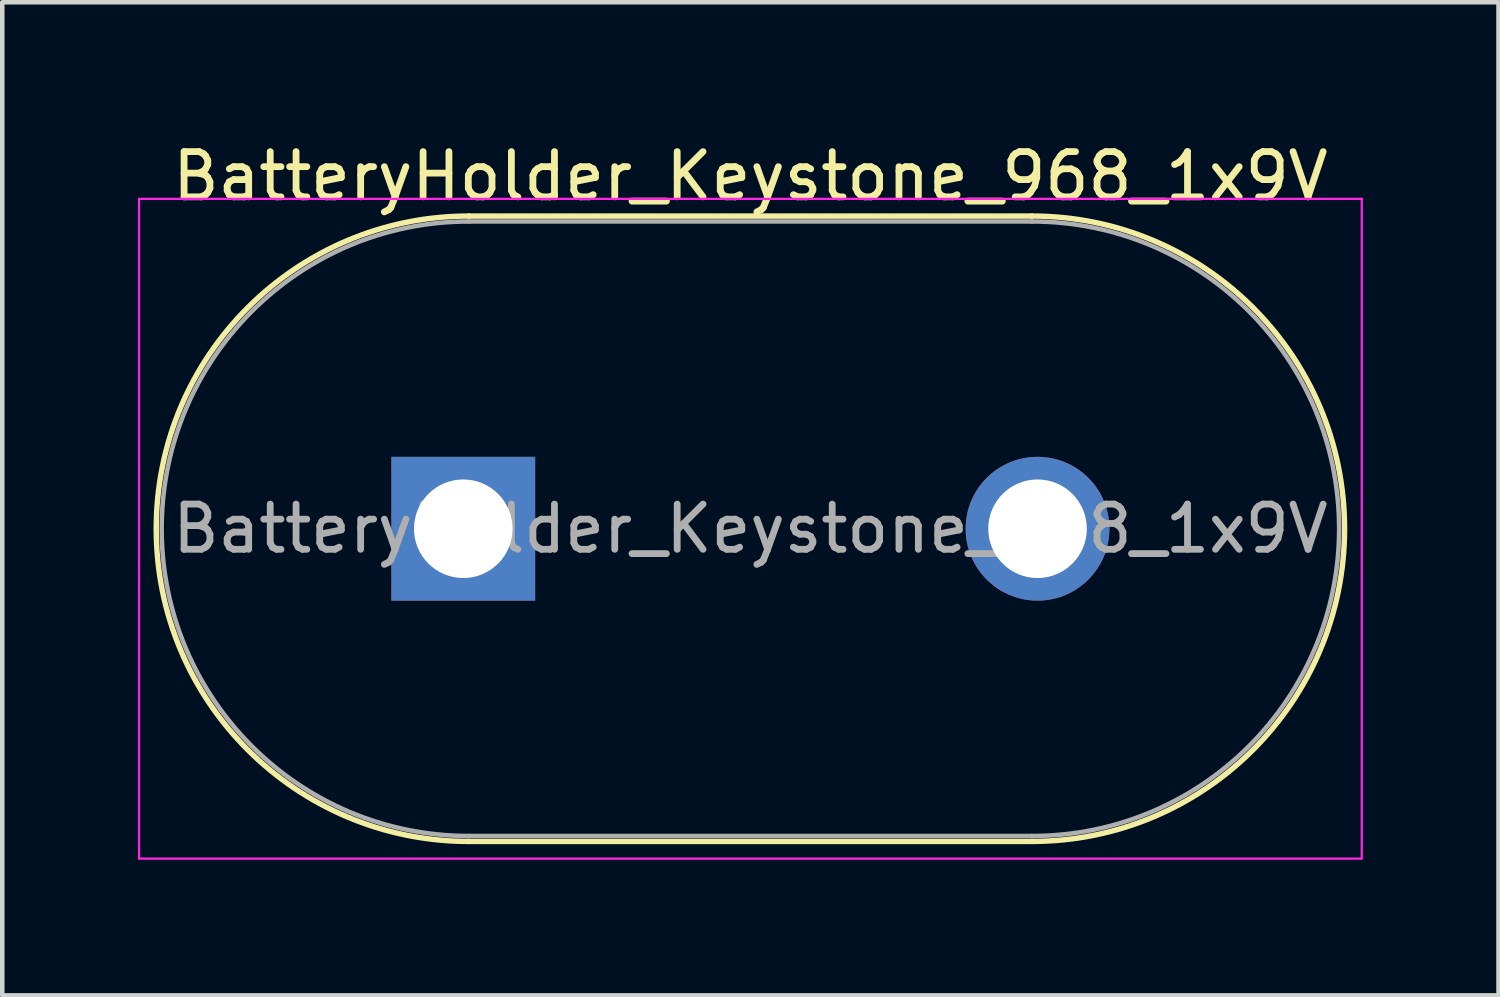
<source format=kicad_pcb>
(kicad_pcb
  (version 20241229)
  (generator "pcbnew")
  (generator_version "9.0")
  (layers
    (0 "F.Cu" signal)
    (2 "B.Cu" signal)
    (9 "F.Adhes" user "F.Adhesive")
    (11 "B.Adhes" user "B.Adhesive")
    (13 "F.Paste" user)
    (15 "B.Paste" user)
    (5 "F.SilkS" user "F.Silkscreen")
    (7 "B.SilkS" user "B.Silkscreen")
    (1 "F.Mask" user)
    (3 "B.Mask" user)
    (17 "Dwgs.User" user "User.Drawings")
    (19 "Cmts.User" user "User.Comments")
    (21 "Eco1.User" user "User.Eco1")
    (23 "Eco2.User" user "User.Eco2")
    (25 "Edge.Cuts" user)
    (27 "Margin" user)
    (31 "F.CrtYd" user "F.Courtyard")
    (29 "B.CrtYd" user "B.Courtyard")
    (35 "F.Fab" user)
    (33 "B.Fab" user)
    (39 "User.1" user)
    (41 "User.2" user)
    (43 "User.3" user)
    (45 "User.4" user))
  (footprint "BatteryHolder_Keystone_968_1x9V"
    (layer "F.Cu")
    (at 7.195 8.643)
    (property "Reference" "BatteryHolder_Keystone_968_1x9V" (at 6.35 -7.795 0) (layer "F.SilkS") (effects (font (size 1 1) (thickness 0.15))))
    (attr through_hole)
    (fp_line (start 0.125 -6.915) (end 12.575 -6.915) (stroke (width 0.12) (type solid)) (layer "F.SilkS"))
    (fp_line (start 0.125 6.915) (end 12.575 6.915) (stroke (width 0.12) (type solid)) (layer "F.SilkS"))
    (fp_arc (start 0.125 6.915) (mid -6.79 0) (end 0.125 -6.915) (stroke (width 0.12) (type solid)) (layer "F.SilkS"))
    (fp_arc (start 12.575 -6.915) (mid 19.49 0) (end 12.575 6.915) (stroke (width 0.12) (type solid)) (layer "F.SilkS"))
    (fp_line (start -7.17 -7.295) (end -7.17 7.295) (stroke (width 0.05) (type solid)) (layer "F.CrtYd"))
    (fp_line (start -7.17 7.295) (end 19.87 7.295) (stroke (width 0.05) (type solid)) (layer "F.CrtYd"))
    (fp_line (start 19.87 -7.295) (end -7.17 -7.295) (stroke (width 0.05) (type solid)) (layer "F.CrtYd"))
    (fp_line (start 19.87 7.295) (end 19.87 -7.295) (stroke (width 0.05) (type solid)) (layer "F.CrtYd"))
    (fp_line (start 0.125 -6.795) (end 12.575 -6.795) (stroke (width 0.1) (type solid)) (layer "F.Fab"))
    (fp_line (start 0.125 6.795) (end 12.575 6.795) (stroke (width 0.1) (type solid)) (layer "F.Fab"))
    (fp_arc (start 0.125 6.795) (mid -6.67 0) (end 0.125 -6.795) (stroke (width 0.1) (type solid)) (layer "F.Fab"))
    (fp_arc (start 12.575 -6.795) (mid 19.37 0) (end 12.575 6.795) (stroke (width 0.1) (type solid)) (layer "F.Fab"))
    (fp_text user "${REFERENCE}" (at 6.35 0 0) (layer "F.Fab") (effects (font (size 1 1) (thickness 0.15))))
    (pad "1" thru_hole rect (at 0 0) (size 3.18 3.18) (drill 2.18) (layers "*.Cu" "*.Mask"))
    (pad "2" thru_hole circle (at 12.7 0) (size 3.18 3.18) (drill 2.18) (layers "*.Cu" "*.Mask")))
  (gr_rect
    (start -3 -3)
    (end 30.09 18.963)
    (stroke (width 0.1) (type default))
    (fill no)
    (layer "Edge.Cuts")))
</source>
